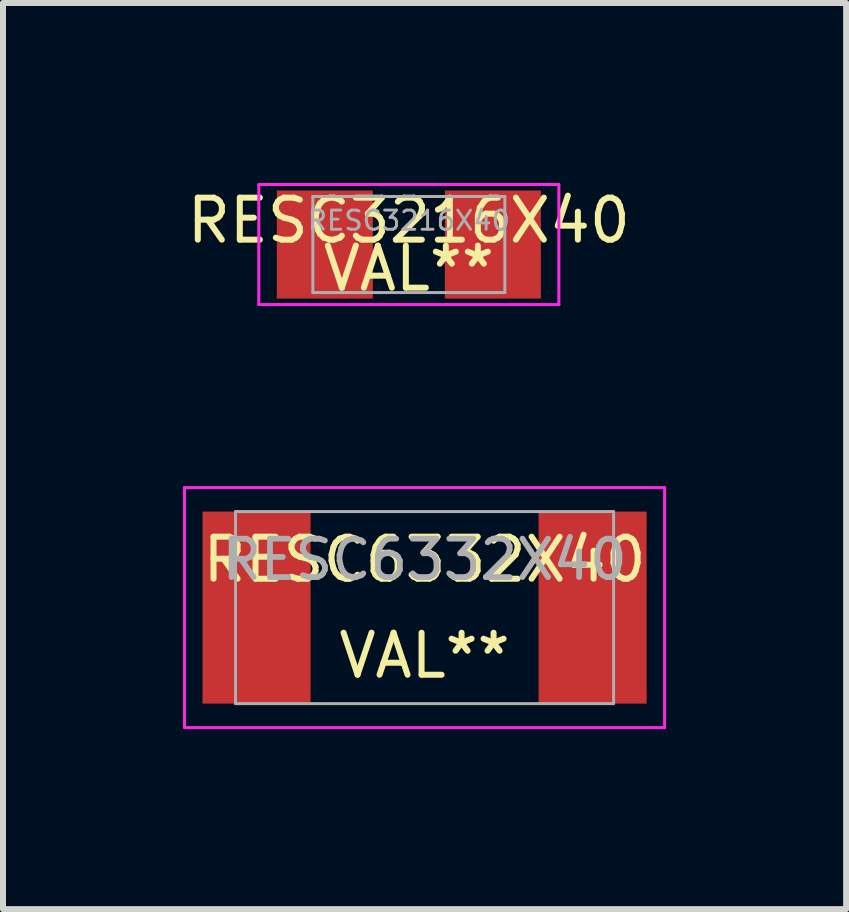
<source format=kicad_pcb>
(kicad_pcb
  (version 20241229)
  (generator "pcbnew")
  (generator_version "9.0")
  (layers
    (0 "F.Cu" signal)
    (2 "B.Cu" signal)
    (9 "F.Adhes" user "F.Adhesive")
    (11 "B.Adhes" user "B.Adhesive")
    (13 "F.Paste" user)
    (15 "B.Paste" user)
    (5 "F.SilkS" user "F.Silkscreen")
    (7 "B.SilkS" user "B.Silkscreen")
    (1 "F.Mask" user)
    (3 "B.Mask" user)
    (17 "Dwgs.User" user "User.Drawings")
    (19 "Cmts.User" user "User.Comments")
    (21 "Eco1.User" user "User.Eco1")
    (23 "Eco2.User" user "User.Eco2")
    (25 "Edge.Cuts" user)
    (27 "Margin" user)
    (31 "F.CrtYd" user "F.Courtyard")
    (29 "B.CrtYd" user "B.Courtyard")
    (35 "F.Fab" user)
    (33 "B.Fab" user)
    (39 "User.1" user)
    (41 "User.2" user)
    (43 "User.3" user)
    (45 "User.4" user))
  (footprint "RESC3216X40"
    (layer "F.Cu")
    (at 3.763 1.025)
    (property "Reference" "RESC3216X40" (at 0 -0.4 0) (layer "F.Fab") (effects (font (size 0.32 0.32) (thickness 0.048))))
    (property "Value" "VAL**" (at 0 0.4 0) (layer "F.Fab") (hide yes) (effects (font (size 0.32 0.32) (thickness 0.048))))
    (attr smd)
    (fp_line (start -2.5 -1) (end 2.5 -1) (stroke (width 0.05) (type solid)) (layer "F.CrtYd"))
    (fp_line (start -2.5 1) (end -2.5 -1) (stroke (width 0.05) (type solid)) (layer "F.CrtYd"))
    (fp_line (start 2.5 -1) (end 2.5 1) (stroke (width 0.05) (type solid)) (layer "F.CrtYd"))
    (fp_line (start 2.5 1) (end -2.5 1) (stroke (width 0.05) (type solid)) (layer "F.CrtYd"))
    (fp_line (start -1.6 -0.8) (end 1.6 -0.8) (stroke (width 0.05) (type solid)) (layer "F.Fab"))
    (fp_line (start -1.6 0.8) (end -1.6 -0.8) (stroke (width 0.05) (type solid)) (layer "F.Fab"))
    (fp_line (start 1.6 -0.8) (end 1.6 0.8) (stroke (width 0.05) (type solid)) (layer "F.Fab"))
    (fp_line (start 1.6 0.8) (end -1.6 0.8) (stroke (width 0.05) (type solid)) (layer "F.Fab"))
    (fp_text user "${REFERENCE}" (at 0 -0.4 0) (layer "F.SilkS") (effects (font (size 0.7 0.7) (thickness 0.1))))
    (fp_text user "${VALUE}" (at 0 0.4 0) (layer "F.SilkS") (effects (font (size 0.7 0.7) (thickness 0.1))))
    (pad "1" smd rect (at -1.4 0) (size 1.6 1.8) (layers "F.Cu" "F.Mask" "F.Paste"))
    (pad "2" smd rect (at 1.4 0) (size 1.6 1.8) (layers "F.Cu" "F.Mask" "F.Paste")))
  (footprint "RESC6332X40"
    (layer "F.Cu")
    (at 4.025 7.075)
    (property "Reference" "RESC6332X40" (at 0 -0.8 0) (layer "F.Fab") (effects (font (size 0.64 0.64) (thickness 0.096))))
    (property "Value" "VAL**" (at 0 0.8 0) (layer "F.Fab") (hide yes) (effects (font (size 0.64 0.64) (thickness 0.096))))
    (attr smd)
    (fp_line (start -4 -2) (end 4 -2) (stroke (width 0.05) (type solid)) (layer "F.CrtYd"))
    (fp_line (start -4 2) (end -4 -2) (stroke (width 0.05) (type solid)) (layer "F.CrtYd"))
    (fp_line (start 4 -2) (end 4 2) (stroke (width 0.05) (type solid)) (layer "F.CrtYd"))
    (fp_line (start 4 2) (end -4 2) (stroke (width 0.05) (type solid)) (layer "F.CrtYd"))
    (fp_line (start -3.15 -1.6) (end 3.15 -1.6) (stroke (width 0.05) (type solid)) (layer "F.Fab"))
    (fp_line (start -3.15 1.6) (end -3.15 -1.6) (stroke (width 0.05) (type solid)) (layer "F.Fab"))
    (fp_line (start 3.15 -1.6) (end 3.15 1.6) (stroke (width 0.05) (type solid)) (layer "F.Fab"))
    (fp_line (start 3.15 1.6) (end -3.15 1.6) (stroke (width 0.05) (type solid)) (layer "F.Fab"))
    (fp_text user "${REFERENCE}" (at 0 -0.8 0) (layer "F.SilkS") (effects (font (size 0.7 0.7) (thickness 0.1))))
    (fp_text user "${VALUE}" (at 0 0.8 0) (layer "F.SilkS") (effects (font (size 0.7 0.7) (thickness 0.1))))
    (pad "1" smd rect (at -2.8 0) (size 1.8 3.2) (layers "F.Cu" "F.Mask" "F.Paste"))
    (pad "2" smd rect (at 2.8 0) (size 1.8 3.2) (layers "F.Cu" "F.Mask" "F.Paste")))
  (gr_rect
    (start -3 -3)
    (end 11.05 12.1)
    (stroke (width 0.1) (type default))
    (fill no)
    (layer "Edge.Cuts")))
</source>
